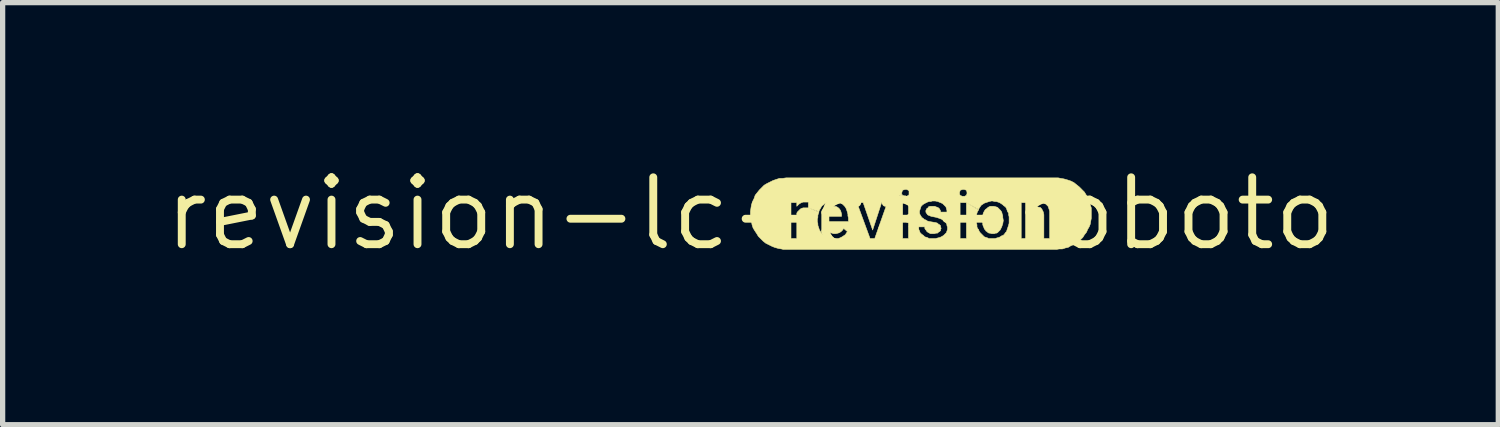
<source format=kicad_pcb>
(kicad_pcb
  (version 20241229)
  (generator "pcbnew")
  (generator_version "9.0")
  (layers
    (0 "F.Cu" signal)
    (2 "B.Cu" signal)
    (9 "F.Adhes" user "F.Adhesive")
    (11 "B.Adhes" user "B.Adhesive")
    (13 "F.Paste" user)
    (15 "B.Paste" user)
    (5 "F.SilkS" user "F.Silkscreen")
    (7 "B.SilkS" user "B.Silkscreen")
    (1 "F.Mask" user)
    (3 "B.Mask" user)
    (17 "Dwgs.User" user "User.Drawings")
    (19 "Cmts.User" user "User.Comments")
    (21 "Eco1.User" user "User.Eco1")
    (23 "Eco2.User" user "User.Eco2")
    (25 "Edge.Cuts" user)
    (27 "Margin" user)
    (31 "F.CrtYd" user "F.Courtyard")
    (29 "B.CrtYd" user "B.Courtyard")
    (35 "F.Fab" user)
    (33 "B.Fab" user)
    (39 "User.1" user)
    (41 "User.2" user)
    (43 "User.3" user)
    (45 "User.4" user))
  (footprint "revision-lc-ca-roboto"
    (layer "F.Cu")
    (at 11.195 1.006)
    (property "Reference" "revision-lc-ca-roboto" (at 0 0 0) (layer "F.SilkS") (effects (font (size 1.27 1.27) (thickness 0.15))))
    (attr board_only exclude_from_pos_files exclude_from_bom)
    (fp_poly (pts (xy 1.57 -0.14) (xy 1.54 -0.14) (xy 1.5 -0.13) (xy 1.47 -0.11) (xy 1.45 -0.08) (xy 1.43 -0.06) (xy 1.41 -0.02) (xy 1.4 0.01) (xy 1.4 0.05) (xy 1.73 0.05) (xy 1.73 0.01) (xy 1.72 -0.03) (xy 1.71 -0.06) (xy 1.69 -0.09) (xy 1.67 -0.11) (xy 1.64 -0.13) (xy 1.61 -0.14) (xy 1.57 -0.14)) (stroke (width 0.01) (type solid)) (fill yes) (layer "F.SilkS"))
    (fp_poly (pts (xy 4.4 0.12) (xy 4.4 0.15) (xy 4.41 0.18) (xy 4.41 0.21) (xy 4.42 0.24) (xy 4.43 0.26) (xy 4.44 0.29) (xy 4.46 0.31) (xy 4.47 0.33) (xy 4.49 0.34) (xy 4.51 0.36) (xy 4.53 0.37) (xy 4.55 0.37) (xy 4.58 0.38) (xy 4.6 0.38) (xy 4.63 0.38) (xy 4.65 0.37) (xy 4.67 0.37) (xy 4.69 0.36) (xy 4.71 0.34) (xy 4.72 0.33) (xy 4.74 0.31) (xy 4.75 0.29) (xy 4.76 0.27) (xy 4.77 0.25) (xy 4.78 0.22) (xy 4.79 0.19) (xy 4.8 0.13) (xy 4.79 0.07) (xy 4.79 0.04) (xy 4.78 0.01) (xy 4.77 -0.03) (xy 4.75 -0.06) (xy 4.72 -0.09) (xy 4.69 -0.12) (xy 4.66 -0.13) (xy 4.62 -0.14) (xy 4.58 -0.14) (xy 4.55 -0.14) (xy 4.51 -0.12) (xy 4.49 -0.1) (xy 4.46 -0.08) (xy 4.44 -0.05) (xy 4.42 -0.01) (xy 4.41 0.03) (xy 4.4 0.07) (xy 4.4 0.12)) (stroke (width 0.01) (type solid)) (fill yes) (layer "F.SilkS"))
    (fp_poly (pts (xy 0.68 -0.68) (xy 0.61 -0.67) (xy 0.55 -0.67) (xy 0.49 -0.65) (xy 0.43 -0.63) (xy 0.37 -0.6) (xy 0.31 -0.57) (xy 0.26 -0.54) (xy 0.21 -0.49) (xy 0.17 -0.45) (xy 0.13 -0.4) (xy 0.09 -0.35) (xy 0.07 -0.29) (xy 0.04 -0.23) (xy 0.02 -0.17) (xy 0.01 -0.11) (xy 0 -0.04) (xy 0 0.02) (xy 0.01 0.08) (xy 0.02 0.15) (xy 0.03 0.21) (xy 0.05 0.27) (xy 0.08 0.32) (xy 0.12 0.38) (xy 0.15 0.43) (xy 0.2 0.48) (xy 0.24 0.52) (xy 0.29 0.56) (xy 0.35 0.59) (xy 0.41 0.62) (xy 0.46 0.64) (xy 0.53 0.66) (xy 0.59 0.67) (xy 0.63 0.68) (xy 0.68 0.68) (xy 0.77 0.47) (xy 0.77 -0.21) (xy 0.88 -0.21) (xy 0.88 -0.14) (xy 0.9 -0.16) (xy 0.92 -0.18) (xy 0.95 -0.2) (xy 0.97 -0.21) (xy 1 -0.22) (xy 1.03 -0.22) (xy 1.07 -0.22) (xy 1.09 -0.22) (xy 1.1 -0.22) (xy 1.1 -0.11) (xy 1.3 -0.04) (xy 1.31 -0.07) (xy 1.33 -0.1) (xy 1.34 -0.12) (xy 1.36 -0.15) (xy 1.39 -0.17) (xy 1.41 -0.19) (xy 1.44 -0.2) (xy 1.47 -0.22) (xy 1.5 -0.23) (xy 1.53 -0.23) (xy 1.56 -0.24) (xy 1.59 -0.24) (xy 1.63 -0.23) (xy 1.66 -0.23) (xy 1.68 -0.22) (xy 1.71 -0.21) (xy 1.73 -0.19) (xy 1.75 -0.18) (xy 1.77 -0.16) (xy 1.79 -0.14) (xy 1.81 -0.11) (xy 2.02 -0.21) (xy 2.14 -0.21) (xy 2.32 0.31) (xy 2.49 -0.21) (xy 2.6 -0.21) (xy 2.88 -0.37) (xy 2.87 -0.38) (xy 2.87 -0.39) (xy 2.88 -0.42) (xy 2.88 -0.43) (xy 2.89 -0.44) (xy 2.89 -0.45) (xy 2.91 -0.45) (xy 2.93 -0.46) (xy 2.97 -0.46) (xy 2.98 -0.45) (xy 2.99 -0.45) (xy 3 -0.44) (xy 3.01 -0.43) (xy 3.01 -0.42) (xy 3.01 -0.4) (xy 3.01 -0.39) (xy 3.01 -0.37) (xy 3.01 -0.36) (xy 3 -0.35) (xy 2.99 -0.34) (xy 2.98 -0.34) (xy 2.97 -0.33) (xy 3 -0.21) (xy 3.23 -0.11) (xy 3.24 -0.14) (xy 3.27 -0.17) (xy 3.3 -0.19) (xy 3.32 -0.2) (xy 3.34 -0.21) (xy 3.36 -0.22) (xy 3.39 -0.23) (xy 3.42 -0.23) (xy 3.45 -0.24) (xy 3.51 -0.24) (xy 3.56 -0.23) (xy 3.58 -0.22) (xy 3.61 -0.21) (xy 3.63 -0.2) (xy 3.65 -0.19) (xy 3.67 -0.17) (xy 3.69 -0.15) (xy 3.71 -0.13) (xy 3.98 -0.35) (xy 3.97 -0.37) (xy 3.97 -0.38) (xy 3.97 -0.39) (xy 3.97 -0.42) (xy 3.98 -0.43) (xy 3.98 -0.44) (xy 3.99 -0.45) (xy 4 -0.45) (xy 4.03 -0.46) (xy 4.06 -0.46) (xy 4.08 -0.45) (xy 4.09 -0.45) (xy 4.1 -0.44) (xy 4.1 -0.43) (xy 4.11 -0.42) (xy 4.11 -0.4) (xy 4.11 -0.39) (xy 4.11 -0.37) (xy 4.1 -0.36) (xy 4.1 -0.35) (xy 4.09 -0.34) (xy 4.08 -0.34) (xy 4.07 -0.33) (xy 4.1 -0.21) (xy 4.33 -0.08) (xy 4.34 -0.1) (xy 4.36 -0.13) (xy 4.38 -0.16) (xy 4.41 -0.18) (xy 4.44 -0.2) (xy 4.47 -0.21) (xy 4.5 -0.22) (xy 4.53 -0.23) (xy 4.57 -0.24) (xy 4.6 -0.24) (xy 4.64 -0.23) (xy 4.67 -0.23) (xy 4.7 -0.22) (xy 4.73 -0.21) (xy 4.76 -0.19) (xy 4.79 -0.17) (xy 4.81 -0.15) (xy 4.84 -0.13) (xy 4.86 -0.1) (xy 4.87 -0.07) (xy 4.88 -0.04) (xy 4.9 -0.01) (xy 4.9 0.02) (xy 4.91 0.06) (xy 4.91 0.1) (xy 4.91 0.14) (xy 4.91 0.18) (xy 4.9 0.22) (xy 4.89 0.25) (xy 4.88 0.28) (xy 4.87 0.31) (xy 4.86 0.34) (xy 4.84 0.36) (xy 4.82 0.39) (xy 4.8 0.41) (xy 4.77 0.42) (xy 4.74 0.44) (xy 4.72 0.45) (xy 4.68 0.46) (xy 4.65 0.47) (xy 4.62 0.47) (xy 4.59 0.47) (xy 4.56 0.47) (xy 4.52 0.47) (xy 4.5 0.46) (xy 4.47 0.45) (xy 4.44 0.44) (xy 4.42 0.42) (xy 4.4 0.4) (xy 4.38 0.38) (xy 4.36 0.36) (xy 4.34 0.33) (xy 4.33 0.3) (xy 4.31 0.28) (xy 4.3 0.25) (xy 4.3 0.21) (xy 4.29 0.18) (xy 4.29 0.15) (xy 4.29 0.11) (xy 4.29 0.07) (xy 4.29 0.03) (xy 4.3 -0.01) (xy 4.31 -0.04) (xy 4.33 -0.07) (xy 4.1 -0.21) (xy 4.1 0.47) (xy 3.98 0.47) (xy 3.98 -0.21) (xy 4.1 -0.21) (xy 4.07 -0.33) (xy 4.05 -0.33) (xy 4.03 -0.33) (xy 4.02 -0.33) (xy 4 -0.34) (xy 3.99 -0.34) (xy 3.98 -0.35) (xy 3.71 -0.13) (xy 3.72 -0.1) (xy 3.73 -0.06) (xy 3.73 -0.03) (xy 3.61 -0.03) (xy 3.61 -0.05) (xy 3.6 -0.07) (xy 3.59 -0.09) (xy 3.57 -0.11) (xy 3.55 -0.12) (xy 3.52 -0.13) (xy 3.5 -0.14) (xy 3.47 -0.14) (xy 3.44 -0.14) (xy 3.41 -0.14) (xy 3.38 -0.13) (xy 3.37 -0.11) (xy 3.35 -0.1) (xy 3.34 -0.08) (xy 3.33 -0.06) (xy 3.33 -0.03) (xy 3.34 -0.01) (xy 3.35 0) (xy 3.36 0.02) (xy 3.38 0.03) (xy 3.43 0.05) (xy 3.53 0.07) (xy 3.59 0.09) (xy 3.64 0.11) (xy 3.68 0.14) (xy 3.69 0.15) (xy 3.71 0.17) (xy 3.72 0.19) (xy 3.73 0.21) (xy 3.73 0.23) (xy 3.74 0.25) (xy 3.74 0.27) (xy 3.74 0.3) (xy 3.73 0.33) (xy 3.72 0.36) (xy 3.69 0.39) (xy 3.67 0.41) (xy 3.64 0.43) (xy 3.6 0.45) (xy 3.56 0.46) (xy 3.52 0.47) (xy 3.47 0.47) (xy 3.43 0.47) (xy 3.39 0.47) (xy 3.35 0.45) (xy 3.31 0.44) (xy 3.28 0.41) (xy 3.25 0.39) (xy 3.22 0.36) (xy 3.21 0.33) (xy 3.2 0.31) (xy 3.19 0.28) (xy 3.19 0.25) (xy 3.31 0.25) (xy 3.31 0.28) (xy 3.32 0.3) (xy 3.34 0.32) (xy 3.35 0.34) (xy 3.38 0.36) (xy 3.4 0.37) (xy 3.42 0.38) (xy 3.45 0.38) (xy 3.49 0.38) (xy 3.52 0.37) (xy 3.55 0.37) (xy 3.57 0.35) (xy 3.59 0.34) (xy 3.61 0.32) (xy 3.61 0.3) (xy 3.62 0.28) (xy 3.61 0.25) (xy 3.61 0.23) (xy 3.59 0.21) (xy 3.57 0.2) (xy 3.55 0.18) (xy 3.52 0.17) (xy 3.4 0.15) (xy 3.36 0.14) (xy 3.33 0.12) (xy 3.3 0.11) (xy 3.28 0.09) (xy 3.25 0.07) (xy 3.24 0.05) (xy 3.22 0.02) (xy 3.21 -0.01) (xy 3.21 -0.05) (xy 3.22 -0.08) (xy 3.23 -0.11) (xy 3 -0.21) (xy 3 0.47) (xy 2.89 0.47) (xy 2.89 -0.21) (xy 3 -0.21) (xy 2.97 -0.33) (xy 2.95 -0.33) (xy 2.94 -0.33) (xy 2.92 -0.33) (xy 2.91 -0.34) (xy 2.89 -0.34) (xy 2.88 -0.35) (xy 2.88 -0.36) (xy 2.6 -0.21) (xy 2.36 0.47) (xy 2.27 0.47) (xy 2.02 -0.21) (xy 1.81 -0.11) (xy 1.82 -0.09) (xy 1.83 -0.06) (xy 1.84 -0.03) (xy 1.85 0.01) (xy 1.85 0.04) (xy 1.86 0.08) (xy 1.86 0.15) (xy 1.39 0.15) (xy 1.39 0.19) (xy 1.4 0.22) (xy 1.41 0.25) (xy 1.42 0.28) (xy 1.44 0.31) (xy 1.46 0.33) (xy 1.49 0.35) (xy 1.51 0.36) (xy 1.55 0.37) (xy 1.58 0.38) (xy 1.62 0.38) (xy 1.66 0.37) (xy 1.69 0.36) (xy 1.72 0.34) (xy 1.75 0.31) (xy 1.77 0.28) (xy 1.84 0.34) (xy 1.82 0.37) (xy 1.8 0.4) (xy 1.77 0.42) (xy 1.74 0.44) (xy 1.7 0.46) (xy 1.67 0.47) (xy 1.63 0.47) (xy 1.59 0.47) (xy 1.58 0.47) (xy 1.55 0.47) (xy 1.52 0.47) (xy 1.49 0.46) (xy 1.46 0.45) (xy 1.43 0.44) (xy 1.41 0.42) (xy 1.38 0.4) (xy 1.36 0.38) (xy 1.34 0.36) (xy 1.33 0.34) (xy 1.31 0.31) (xy 1.3 0.28) (xy 1.29 0.25) (xy 1.28 0.22) (xy 1.28 0.19) (xy 1.27 0.15) (xy 1.27 0.1) (xy 1.28 0.07) (xy 1.28 0.03) (xy 1.29 0) (xy 1.3 -0.03) (xy 1.1 -0.11) (xy 1.07 -0.11) (xy 1.03 -0.11) (xy 1 -0.11) (xy 0.97 -0.1) (xy 0.95 -0.09) (xy 0.93 -0.07) (xy 0.91 -0.05) (xy 0.89 -0.03) (xy 0.88 -0.01) (xy 0.88 0.47) (xy 0.77 0.47) (xy 0.68 0.68) (xy 5.8 0.68) (xy 5.68 0.47) (xy 5.57 0.47) (xy 5.57 0.02) (xy 5.56 -0.03) (xy 5.55 -0.05) (xy 5.54 -0.07) (xy 5.53 -0.09) (xy 5.52 -0.1) (xy 5.5 -0.12) (xy 5.48 -0.12) (xy 5.45 -0.13) (xy 5.43 -0.13) (xy 5.4 -0.13) (xy 5.37 -0.12) (xy 5.35 -0.11) (xy 5.33 -0.1) (xy 5.31 -0.08) (xy 5.29 -0.06) (xy 5.27 -0.04) (xy 5.26 -0.01) (xy 5.26 0.47) (xy 5.14 0.47) (xy 5.14 -0.21) (xy 5.26 -0.21) (xy 5.26 -0.13) (xy 5.28 -0.15) (xy 5.3 -0.17) (xy 5.32 -0.19) (xy 5.34 -0.2) (xy 5.37 -0.21) (xy 5.4 -0.22) (xy 5.42 -0.22) (xy 5.45 -0.22) (xy 5.49 -0.22) (xy 5.52 -0.22) (xy 5.54 -0.21) (xy 5.57 -0.2) (xy 5.59 -0.19) (xy 5.61 -0.18) (xy 5.63 -0.16) (xy 5.65 -0.14) (xy 5.66 -0.11) (xy 5.67 -0.08) (xy 5.68 -0.05) (xy 5.68 -0.01) (xy 5.68 0.47) (xy 5.8 0.68) (xy 5.86 0.67) (xy 5.92 0.67) (xy 5.98 0.65) (xy 6.03 0.64) (xy 6.08 0.61) (xy 6.13 0.59) (xy 6.18 0.56) (xy 6.23 0.52) (xy 6.27 0.49) (xy 6.31 0.45) (xy 6.34 0.4) (xy 6.38 0.35) (xy 6.4 0.3) (xy 6.43 0.25) (xy 6.45 0.2) (xy 6.46 0.14) (xy 6.47 0.09) (xy 6.47 0.02) (xy 6.47 -0.04) (xy 6.47 -0.11) (xy 6.45 -0.17) (xy 6.43 -0.24) (xy 6.41 -0.3) (xy 6.37 -0.36) (xy 6.34 -0.41) (xy 6.29 -0.46) (xy 6.24 -0.51) (xy 6.19 -0.55) (xy 6.14 -0.59) (xy 6.08 -0.62) (xy 6.02 -0.64) (xy 5.95 -0.66) (xy 5.89 -0.67) (xy 5.84 -0.68) (xy 5.8 -0.68) (xy 0.68 -0.68)) (stroke (width 0.01) (type solid)) (fill yes) (layer "F.SilkS")))
  (gr_rect
    (start -3 -3)
    (end 25.391 5.012)
    (stroke (width 0.1) (type default))
    (fill no)
    (layer "Edge.Cuts")))
</source>
